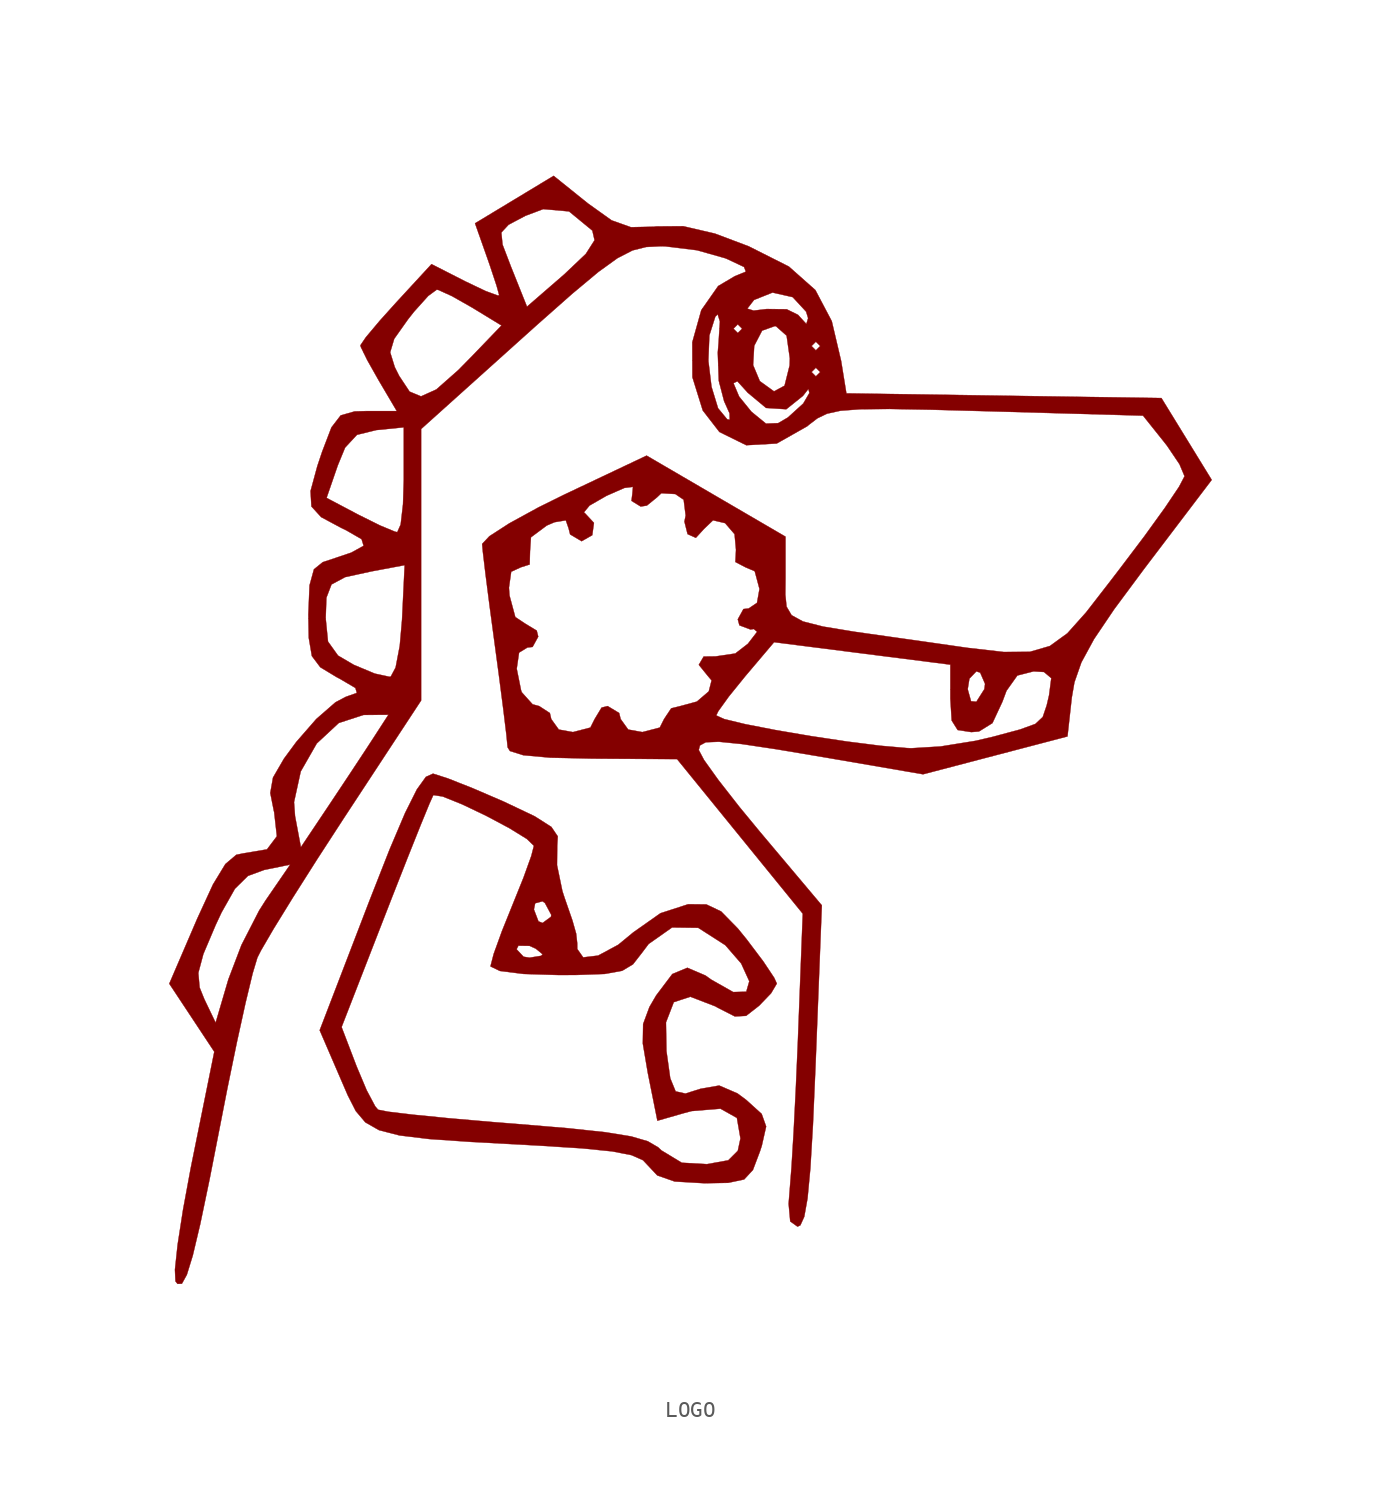
<source format=kicad_sym>
(kicad_symbol_lib
  (version 20220914)
  (generator bitmap2component)
  (symbol "LOGO"
    (pin_names
      (offset 1.016))
    (property "Reference" "#G"
      (at 0 33.232 0)
      (effects (font (size 1.27 1.27)) hide))
    (symbol "LOGO_0_0"
      (polyline (pts (xy -30.995 -33.644) (xy -30.694 -33.101) (xy -30.33 -31.921) (xy -29.875 -30.004) (xy -29.3 -27.247) (xy -28.576 -23.548) (xy -28.221 -21.735) (xy -27.641 -18.917) (xy -27.111 -16.507) (xy -26.68 -14.718) (xy -26.392 -13.758) (xy -26.174 -13.326) (xy -25.404 -12.004) (xy -24.229 -10.096) (xy -22.763 -7.785) (xy -21.12 -5.254) (xy -16.404 1.927) (xy -16.404 10.206) (xy -16.404 18.485) (xy -10.202 24.059) (xy -9.315 24.855) (xy -7.171 26.75) (xy -5.594 28.066) (xy -4.425 28.909) (xy -3.507 29.381) (xy -2.683 29.588) (xy -1.796 29.633) (xy -1.522 29.628) (xy 0.426 29.389) (xy 2.144 28.903) (xy 2.29 28.842) (xy 3.29 28.37) (xy 3.405 28.084) (xy 2.728 27.807) (xy 1.712 27.206) (xy 0.748 25.827) (xy 3.489 25.827) (xy 3.884 26.336) (xy 3.912 26.363) (xy 5.029 26.808) (xy 6.258 26.531) (xy 7.078 25.644) (xy 7.2 25.247) (xy 7.093 24.892) (xy 6.583 25.451) (xy 5.893 25.79) (xy 4.674 25.803) (xy 3.877 25.709) (xy 3.489 25.827) (xy 0.748 25.827) (xy 0.683 25.734) (xy 0.136 23.78) (xy 0.14 22.653) (xy 1.115 22.653) (xy 1.176 24.193) (xy 1.539 25.339) (xy 1.685 25.483) (xy 1.82 25.039) (xy 1.792 24.606) (xy 2.646 24.606) (xy 2.91 24.871) (xy 3.175 24.606) (xy 2.91 24.342) (xy 2.646 24.606) (xy 1.792 24.606) (xy 1.735 23.697) (xy 1.69 23.146) (xy 1.717 22.385) (xy 3.845 22.385) (xy 3.912 23.56) (xy 4.393 24.486) (xy 5.178 24.766) (xy 5.242 24.752) (xy 5.888 24.179) (xy 5.978 23.548) (xy 7.408 23.548) (xy 7.673 23.812) (xy 7.938 23.548) (xy 7.673 23.283) (xy 7.408 23.548) (xy 5.978 23.548) (xy 6.085 22.791) (xy 6.072 22.366) (xy 5.971 21.96) (xy 7.408 21.96) (xy 7.673 22.225) (xy 7.938 21.96) (xy 7.673 21.696) (xy 7.408 21.96) (xy 5.971 21.96) (xy 5.762 21.128) (xy 5.12 20.782) (xy 4.254 21.407) (xy 3.845 22.385) (xy 1.717 22.385) (xy 1.751 21.429) (xy 1.789 21.284) (xy 2.646 21.284) (xy 2.886 21.397) (xy 3.47 20.755) (xy 3.494 20.721) (xy 4.634 19.771) (xy 5.868 19.692) (xy 6.883 20.505) (xy 7.218 20.931) (xy 7.278 20.683) (xy 6.902 20.041) (xy 5.963 19.189) (xy 5.373 18.844) (xy 4.629 18.816) (xy 3.743 19.54) (xy 2.991 20.468) (xy 2.646 21.284) (xy 1.789 21.284) (xy 2.075 20.186) (xy 2.408 19.442) (xy 2.418 19.05) (xy 2.264 19.08) (xy 1.707 19.755) (xy 1.308 21.06) (xy 1.115 22.653) (xy 0.14 22.653) (xy 0.143 21.642) (xy 0.774 19.617) (xy 1.789 18.306) (xy 3.426 17.498) (xy 5.286 17.602) (xy 7.144 18.653) (xy 7.243 18.738) (xy 7.765 19.138) (xy 8.354 19.421) (xy 9.174 19.601) (xy 10.392 19.692) (xy 12.171 19.709) (xy 14.678 19.664) (xy 18.077 19.572) (xy 27.628 19.301) (xy 28.892 17.72) (xy 29.096 17.459) (xy 29.852 16.337) (xy 30.158 15.61) (xy 30.157 15.599) (xy 29.822 14.962) (xy 28.963 13.684) (xy 27.707 11.944) (xy 26.178 9.922) (xy 25.598 9.166) (xy 24.155 7.305) (xy 23.013 6.027) (xy 21.945 5.251) (xy 20.726 4.897) (xy 19.13 4.886) (xy 16.932 5.138) (xy 13.907 5.572) (xy 12.807 5.727) (xy 10.041 6.119) (xy 8.117 6.436) (xy 6.885 6.749) (xy 6.191 7.131) (xy 5.884 7.654) (xy 5.811 8.389) (xy 5.821 9.41) (xy 5.821 11.921) (xy 1.585 14.392) (xy -2.651 16.864) (xy -7.675 14.484) (xy -9.254 13.703) (xy -11.031 12.73) (xy -12.241 11.947) (xy -12.683 11.476) (xy -12.64 11.005) (xy -12.477 9.633) (xy -12.371 8.807) (xy -11.048 8.807) (xy -10.91 9.781) (xy -10.317 10.054) (xy -9.784 10.222) (xy -9.762 11.024) (xy -9.706 11.88) (xy -8.739 12.6) (xy -8.267 12.802) (xy -7.578 12.916) (xy -7.408 12.424) (xy -7.316 12.059) (xy -6.615 11.642) (xy -5.965 12.011) (xy -5.863 12.762) (xy -6.392 13.331) (xy -6.475 13.403) (xy -6.13 13.819) (xy -5.094 14.414) (xy -4.008 14.892) (xy -3.483 14.958) (xy -3.521 14.532) (xy -3.574 14.104) (xy -3.011 13.758) (xy -2.635 13.817) (xy -2.018 14.318) (xy -1.752 14.57) (xy -0.9 14.52) (xy -0.39 14.172) (xy -0.27 13.211) (xy -0.344 12.838) (xy -0.153 12.076) (xy 0.353 11.849) (xy 0.85 12.392) (xy 1.4 12.918) (xy 2.135 12.746) (xy 2.713 12.074) (xy 2.801 11.119) (xy 2.763 10.376) (xy 3.378 10.054) (xy 3.943 9.813) (xy 4.233 8.731) (xy 4.082 7.883) (xy 3.572 7.541) (xy 3.255 7.506) (xy 2.91 6.879) (xy 3.01 6.513) (xy 3.689 6.257) (xy 3.883 6.29) (xy 4.09 6.119) (xy 3.527 5.388) (xy 2.759 4.795) (xy 1.557 4.617) (xy 0.829 4.609) (xy 0.533 4.104) (xy 1.084 3.424) (xy 1.312 3.153) (xy 1.141 2.483) (xy 0.414 1.861) (xy -0.594 1.587) (xy -1.151 1.45) (xy -1.439 1.017) (xy 1.595 1.017) (xy 1.72 1.274) (xy 2.362 2.167) (xy 3.363 3.404) (xy 5.124 5.484) (xy 10.499 4.799) (xy 15.875 4.114) (xy 15.875 2.615) (xy 16.933 2.615) (xy 17.037 3.26) (xy 17.462 3.704) (xy 17.696 3.626) (xy 17.992 2.942) (xy 17.949 2.618) (xy 17.462 1.852) (xy 17.137 1.883) (xy 16.933 2.615) (xy 15.875 2.615) (xy 15.875 2.057) (xy 15.875 2.04) (xy 15.956 0.708) (xy 16.321 0.127) (xy 17.157 0) (xy 17.621 0.039) (xy 18.442 0.548) (xy 19.05 1.852) (xy 19.299 2.52) (xy 19.962 3.452) (xy 20.953 3.704) (xy 21.585 3.666) (xy 22.031 3.291) (xy 21.896 2.249) (xy 21.752 1.632) (xy 21.513 0.925) (xy 21.06 0.499) (xy 20.125 0.159) (xy 18.443 -0.292) (xy 17.413 -0.532) (xy 15.276 -0.876) (xy 13.494 -0.984) (xy 13.226 -0.973) (xy 11.614 -0.832) (xy 9.574 -0.574) (xy 7.355 -0.24) (xy 5.201 0.127) (xy 3.359 0.486) (xy 2.075 0.797) (xy 1.595 1.017) (xy -1.439 1.017) (xy -1.587 0.794) (xy -1.847 0.276) (xy -2.91 0) (xy -3.773 0.155) (xy -4.233 0.794) (xy -4.326 1.164) (xy -5.027 1.587) (xy -5.397 1.495) (xy -5.821 0.794) (xy -6.08 0.276) (xy -7.144 0) (xy -8.007 0.155) (xy -8.467 0.794) (xy -8.552 1.163) (xy -9.204 1.587) (xy -9.605 1.695) (xy -10.262 2.425) (xy -10.309 2.551) (xy -10.573 3.865) (xy -10.431 4.847) (xy -9.922 5.159) (xy -9.605 5.194) (xy -9.261 5.821) (xy -9.353 6.191) (xy -10.054 6.615) (xy -10.66 7.018) (xy -11.014 8.334) (xy -11.048 8.807) (xy -12.371 8.807) (xy -12.222 7.646) (xy -11.906 5.292) (xy -11.67 3.538) (xy -11.396 1.42) (xy -11.205 -0.151) (xy -11.129 -0.926) (xy -10.987 -1.154) (xy -10.172 -1.41) (xy -8.532 -1.559) (xy -5.953 -1.617) (xy -0.794 -1.647) (xy 3.039 -6.361) (xy 6.873 -11.075) (xy 6.593 -18.37) (xy 6.575 -18.847) (xy 6.45 -21.729) (xy 6.316 -24.386) (xy 6.186 -26.54) (xy 6.078 -27.914) (xy 6.011 -28.77) (xy 6.109 -29.844) (xy 6.554 -30.163) (xy 6.726 -30.083) (xy 6.965 -29.557) (xy 7.165 -28.438) (xy 7.337 -26.611) (xy 7.495 -23.958) (xy 7.652 -20.364) (xy 8.037 -10.566) (xy 4.283 -6.108) (xy 3.013 -4.567) (xy 1.727 -2.922) (xy 0.852 -1.7) (xy 0.529 -1.09) (xy 0.601 -0.813) (xy 0.96 -0.62) (xy 1.759 -0.589) (xy 3.148 -0.728) (xy 5.278 -1.047) (xy 8.296 -1.555) (xy 14.212 -2.573) (xy 18.615 -1.419) (xy 23.019 -0.265) (xy 23.283 2.117) (xy 23.442 3.036) (xy 23.866 4.25) (xy 24.639 5.673) (xy 25.874 7.503) (xy 27.682 9.94) (xy 31.817 15.383) (xy 30.284 17.878) (xy 28.751 20.373) (xy 19.142 20.517) (xy 9.534 20.661) (xy 9.214 22.634) (xy 8.643 25.063) (xy 7.642 26.963) (xy 6.026 28.395) (xy 3.574 29.63) (xy 1.512 30.407) (xy -0.416 30.855) (xy -2.067 30.843) (xy -2.209 30.825) (xy -3.602 30.793) (xy -4.786 31.214) (xy -6.23 32.246) (xy -8.322 33.928) (xy -10.719 32.48) (xy -13.116 31.032) (xy -12.918 30.471) (xy -11.511 30.471) (xy -11.073 30.943) (xy -10.049 31.488) (xy -8.956 31.899) (xy -7.384 31.759) (xy -5.96 30.588) (xy -5.826 30.002) (xy -6.358 29.168) (xy -7.67 27.923) (xy -9.947 25.948) (xy -10.794 28.066) (xy -10.927 28.396) (xy -11.438 29.734) (xy -11.511 30.471) (xy -12.918 30.471) (xy -12.379 28.943) (xy -12.202 28.436) (xy -11.802 27.228) (xy -11.642 26.646) (xy -11.729 26.63) (xy -12.465 26.899) (xy -13.706 27.49) (xy -15.77 28.543) (xy -17.939 26.189) (xy -18.921 25.098) (xy -19.778 24.078) (xy -20.108 23.59) (xy -20.079 23.483) (xy -19.923 23.165) (xy -18.291 23.165) (xy -18.046 23.985) (xy -17.204 25.174) (xy -16.835 25.642) (xy -15.97 26.604) (xy -15.451 26.985) (xy -15.346 26.965) (xy -14.519 26.589) (xy -13.291 25.892) (xy -11.502 24.801) (xy -13.291 22.941) (xy -14.136 22.082) (xy -15.475 20.9) (xy -16.409 20.478) (xy -17.108 20.768) (xy -17.742 21.725) (xy -18.011 22.261) (xy -18.291 23.165) (xy -19.923 23.165) (xy -19.691 22.69) (xy -18.998 21.462) (xy -17.887 19.579) (xy -19.742 19.579) (xy -20.459 19.559) (xy -21.309 19.318) (xy -21.873 18.587) (xy -22.44 17.104) (xy -22.734 16.228) (xy -23.148 14.703) (xy -23.125 14.285) (xy -22.171 14.285) (xy -21.486 16.27) (xy -21.04 17.353) (xy -20.316 18.132) (xy -19.133 18.422) (xy -17.462 18.588) (xy -17.462 15.379) (xy -17.508 13.903) (xy -17.651 12.662) (xy -17.859 12.194) (xy -18.002 12.227) (xy -18.904 12.601) (xy -20.213 13.251) (xy -22.171 14.285) (xy -23.125 14.285) (xy -23.095 13.761) (xy -22.502 13.112) (xy -21.299 12.467) (xy -20.961 12.302) (xy -20.035 11.768) (xy -19.911 11.364) (xy -20.662 10.948) (xy -22.357 10.38) (xy -22.404 10.364) (xy -22.941 9.93) (xy -23.21 8.951) (xy -23.283 7.174) (xy -23.279 6.944) (xy -22.225 6.944) (xy -22.181 8.197) (xy -21.871 9.005) (xy -21.036 9.453) (xy -19.416 9.806) (xy -17.409 10.182) (xy -17.568 6.853) (xy -17.707 5.261) (xy -17.959 3.943) (xy -18.256 3.385) (xy -18.333 3.375) (xy -19.228 3.568) (xy -20.505 4.101) (xy -21.471 4.667) (xy -22.084 5.522) (xy -22.225 6.944) (xy -23.279 6.944) (xy -23.258 5.755) (xy -23.068 4.64) (xy -22.555 3.957) (xy -21.564 3.357) (xy -21.355 3.247) (xy -20.413 2.693) (xy -20.323 2.39) (xy -20.997 2.152) (xy -21.628 1.818) (xy -22.8 0.797) (xy -24.02 -0.603) (xy -24.77 -1.621) (xy -25.438 -2.771) (xy -25.604 -3.713) (xy -25.493 -4.272) (xy -24.156 -4.272) (xy -23.747 -2.402) (xy -22.769 -0.693) (xy -21.424 0.557) (xy -19.915 1.047) (xy -18.399 1.058) (xy -19.341 -0.397) (xy -19.822 -1.134) (xy -20.871 -2.724) (xy -22.01 -4.436) (xy -23.738 -7.019) (xy -24.094 -5.124) (xy -24.156 -4.272) (xy -25.493 -4.272) (xy -25.387 -4.809) (xy -25.369 -4.87) (xy -25.202 -6.353) (xy -25.805 -7.153) (xy -27.273 -7.4) (xy -27.678 -7.484) (xy -28.344 -8.049) (xy -29.099 -9.291) (xy -30.059 -11.377) (xy -31.482 -14.687) (xy -29.993 -14.687) (xy -29.686 -13.536) (xy -28.943 -11.784) (xy -28.58 -11.006) (xy -27.761 -9.555) (xy -26.966 -8.771) (xy -25.976 -8.406) (xy -24.39 -8.081) (xy -25.886 -10.258) (xy -26.286 -10.888) (xy -27.362 -12.987) (xy -28.16 -15.081) (xy -28.937 -17.727) (xy -29.63 -16.282) (xy -29.915 -15.575) (xy -29.993 -14.687) (xy -31.482 -14.687) (xy -31.765 -15.345) (xy -30.392 -17.42) (xy -29.019 -19.496) (xy -30.379 -26.211) (xy -30.458 -26.604) (xy -30.925 -29.128) (xy -31.256 -31.261) (xy -31.419 -32.788) (xy -31.387 -33.497) (xy -31.261 -33.654) (xy -30.995 -33.644)) (stroke (width 0.01) (type default)) (fill (type outline)))
      (polyline (pts (xy 2.322 -27.491) (xy 3.297 -27.285) (xy 3.833 -26.708) (xy 4.265 -25.567) (xy 4.375 -25.229) (xy 4.64 -24.055) (xy 4.367 -23.286) (xy 3.428 -22.437) (xy 2.889 -22.036) (xy 1.775 -21.557) (xy 0.636 -21.756) (xy -0.282 -22.046) (xy -0.881 -21.913) (xy -1.209 -21.113) (xy -1.441 -19.452) (xy -1.47 -17.705) (xy -0.994 -16.472) (xy 0.016 -16.14) (xy 1.542 -16.726) (xy 1.678 -16.806) (xy 2.733 -17.343) (xy 3.419 -17.306) (xy 4.212 -16.688) (xy 4.94 -15.931) (xy 5.292 -15.338) (xy 5.131 -14.983) (xy 4.464 -13.982) (xy 3.456 -12.646) (xy 2.912 -11.976) (xy 1.895 -10.938) (xy 0.994 -10.511) (xy -0.116 -10.499) (xy -1.806 -11.047) (xy -3.465 -12.215) (xy -4.384 -12.972) (xy -5.607 -13.63) (xy -6.52 -13.74) (xy -6.879 -13.229) (xy -6.883 -12.877) (xy -6.948 -12.29) (xy -7.173 -11.497) (xy -7.655 -10.104) (xy -7.787 -9.698) (xy -8.115 -8.115) (xy -8.103 -6.927) (xy -8.07 -6.359) (xy -8.461 -5.781) (xy -9.481 -5.132) (xy -11.312 -4.263) (xy -11.404 -4.221) (xy -13.246 -3.428) (xy -14.774 -2.824) (xy -15.664 -2.538) (xy -15.68 -2.535) (xy -16.113 -2.73) (xy -16.662 -3.494) (xy -17.383 -4.935) (xy -18.329 -7.162) (xy -19.556 -10.284) (xy -22.516 -17.991) (xy -21.255 -17.991) (xy -18.534 -10.993) (xy -18.165 -10.045) (xy -17.221 -7.646) (xy -16.441 -5.692) (xy -15.896 -4.364) (xy -15.66 -3.842) (xy -15.658 -3.84) (xy -15.082 -3.93) (xy -13.913 -4.401) (xy -12.461 -5.093) (xy -11.037 -5.851) (xy -9.955 -6.517) (xy -9.525 -6.934) (xy -9.684 -7.552) (xy -10.162 -8.881) (xy -10.848 -10.583) (xy -10.942 -10.817) (xy -9.525 -10.817) (xy -9.449 -10.439) (xy -8.996 -10.319) (xy -8.851 -10.427) (xy -8.467 -11.144) (xy -8.482 -11.262) (xy -8.996 -11.642) (xy -9.249 -11.541) (xy -9.525 -10.817) (xy -10.942 -10.817) (xy -11.474 -12.136) (xy -11.875 -13.246) (xy -10.583 -13.246) (xy -10.471 -13.027) (xy -9.79 -13.038) (xy -9.41 -13.209) (xy -8.996 -13.55) (xy -9.084 -13.645) (xy -9.79 -13.758) (xy -10.155 -13.701) (xy -10.583 -13.246) (xy -11.875 -13.246) (xy -11.978 -13.53) (xy -12.171 -14.272) (xy -12.168 -14.295) (xy -11.597 -14.57) (xy -10.151 -14.751) (xy -7.998 -14.817) (xy -6.942 -14.813) (xy -5.205 -14.751) (xy -4.141 -14.558) (xy -3.483 -14.165) (xy -2.965 -13.502) (xy -2.529 -12.923) (xy -1.097 -11.915) (xy 0.496 -11.936) (xy 2.151 -12.998) (xy 3.117 -14.112) (xy 3.612 -15.197) (xy 3.428 -15.834) (xy 2.632 -15.856) (xy 1.292 -15.098) (xy 0.941 -14.846) (xy -0.166 -14.374) (xy -1.083 -14.756) (xy -2.071 -16.065) (xy -2.478 -16.765) (xy -2.863 -17.804) (xy -2.882 -18.995) (xy -2.581 -20.773) (xy -1.993 -23.703) (xy -0.347 -23.231) (xy 0.105 -23.113) (xy 1.855 -22.97) (xy 2.856 -23.532) (xy 3.073 -24.784) (xy 2.912 -25.536) (xy 2.33 -26.117) (xy 1.031 -26.352) (xy -0.505 -26.266) (xy -1.752 -25.51) (xy -1.945 -25.325) (xy -2.577 -24.956) (xy -3.595 -24.659) (xy -5.167 -24.404) (xy -7.461 -24.159) (xy -10.644 -23.894) (xy -12.069 -23.781) (xy -14.714 -23.551) (xy -16.884 -23.336) (xy -18.386 -23.157) (xy -19.027 -23.033) (xy -19.205 -22.824) (xy -19.726 -21.842) (xy -20.338 -20.39) (xy -21.255 -17.991) (xy -22.516 -17.991) (xy -22.591 -18.186) (xy -21.283 -21.217) (xy -20.878 -22.154) (xy -20.39 -23.112) (xy -19.808 -23.801) (xy -18.972 -24.279) (xy -17.722 -24.6) (xy -15.897 -24.821) (xy -13.336 -24.997) (xy -9.88 -25.185) (xy -9.285 -25.217) (xy -6.596 -25.388) (xy -4.751 -25.573) (xy -3.57 -25.803) (xy -2.872 -26.112) (xy -2.477 -26.532) (xy -2.001 -27.039) (xy -0.938 -27.411) (xy 0.88 -27.517) (xy 2.322 -27.491)) (stroke (width 0.01) (type default)) (fill (type outline))))))
</source>
